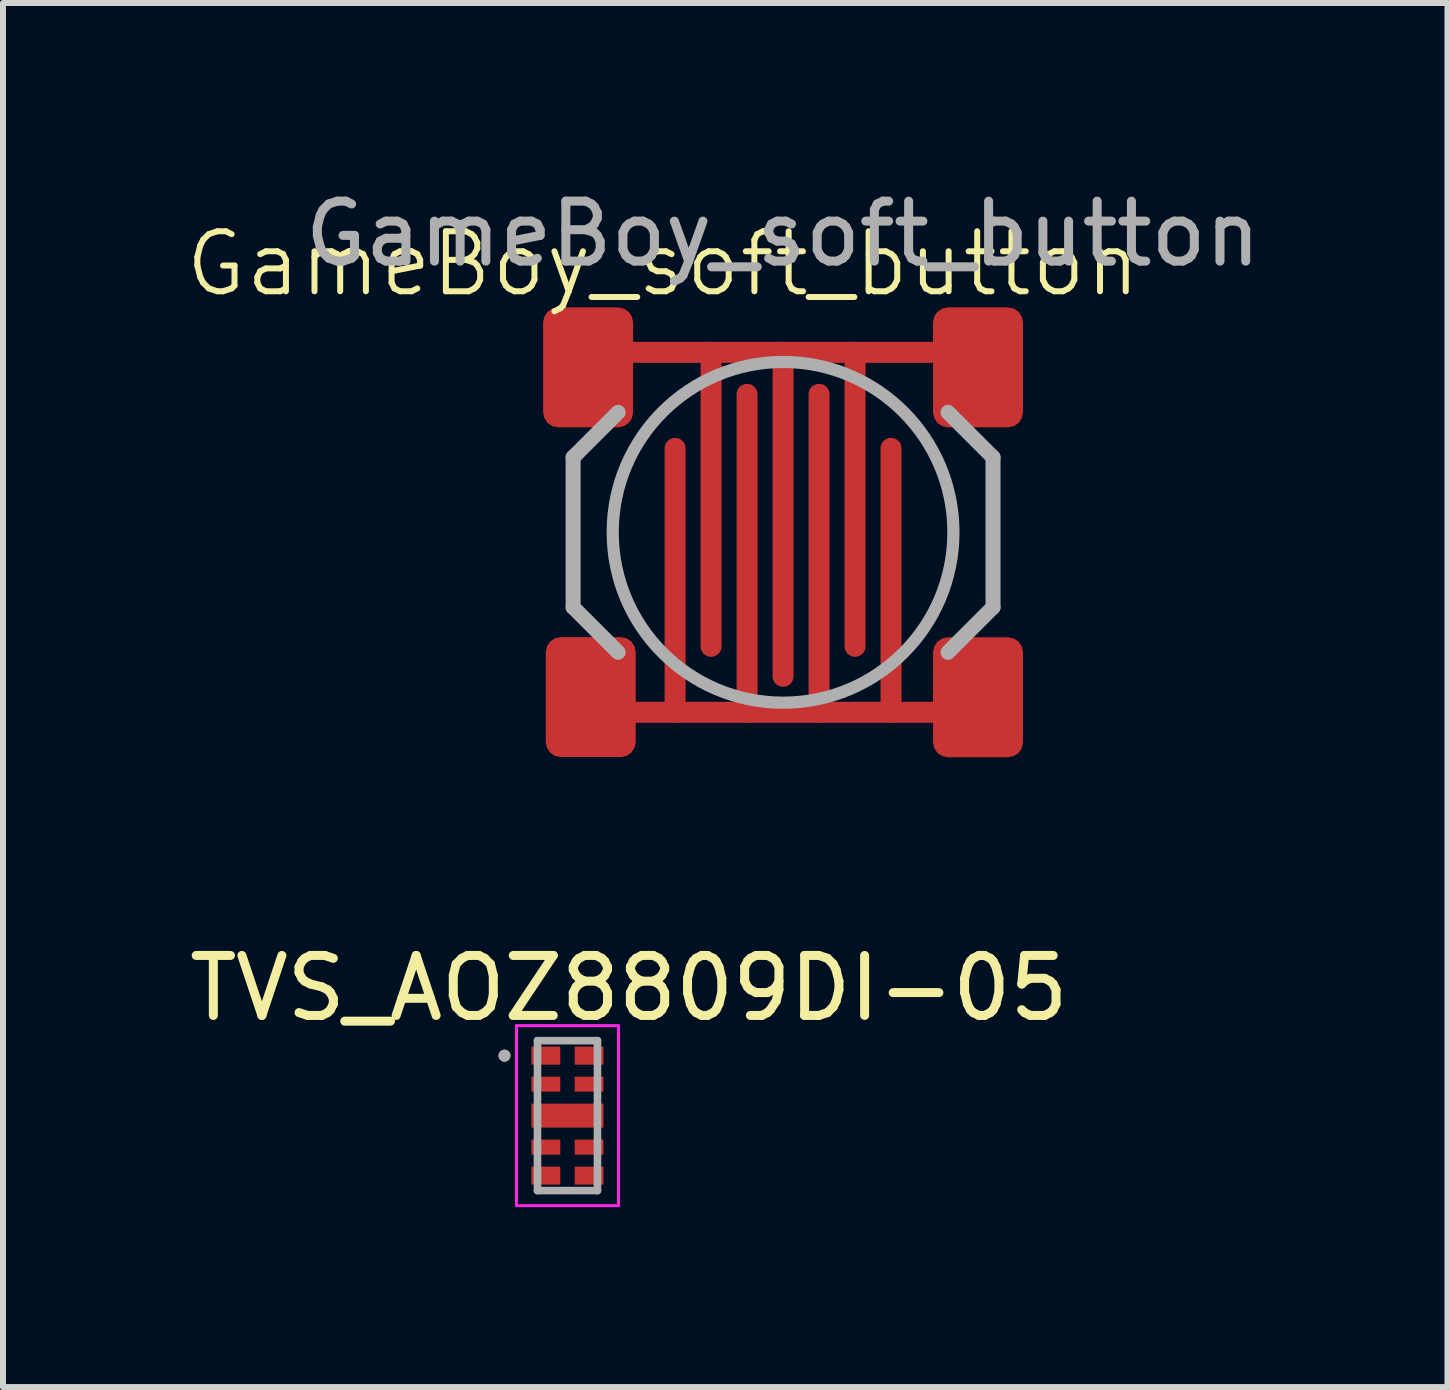
<source format=kicad_pcb>
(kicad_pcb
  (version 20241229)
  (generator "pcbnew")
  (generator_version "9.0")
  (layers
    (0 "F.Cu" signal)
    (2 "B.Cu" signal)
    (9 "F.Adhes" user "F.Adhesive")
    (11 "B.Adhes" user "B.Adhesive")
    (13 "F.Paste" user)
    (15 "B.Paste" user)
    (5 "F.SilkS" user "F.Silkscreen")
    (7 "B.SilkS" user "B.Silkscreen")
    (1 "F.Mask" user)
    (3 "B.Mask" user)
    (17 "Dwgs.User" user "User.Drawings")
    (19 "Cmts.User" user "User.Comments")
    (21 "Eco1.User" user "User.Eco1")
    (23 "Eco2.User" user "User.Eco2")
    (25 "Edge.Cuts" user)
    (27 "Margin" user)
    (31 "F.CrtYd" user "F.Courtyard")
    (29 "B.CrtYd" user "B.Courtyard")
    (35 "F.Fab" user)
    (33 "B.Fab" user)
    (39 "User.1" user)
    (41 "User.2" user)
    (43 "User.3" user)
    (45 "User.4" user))
  (footprint "TVS_AOZ8809DI-05"
    (layer "F.Cu")
    (at 6.41 15.548)
    (property "Reference" "TVS_AOZ8809DI-05" (at 1.025 -2.125 0) (layer "F.SilkS") (effects (font (size 1 1) (thickness 0.15))))
    (attr smd)
    (fp_poly (pts (xy -0.65 -1.2) (xy -0.07 -1.2) (xy -0.07 -0.8) (xy -0.65 -0.8)) (stroke (width 0.01) (type solid)) (fill yes) (layer "F.Mask"))
    (fp_poly (pts (xy -0.65 -0.7) (xy -0.07 -0.7) (xy -0.07 -0.35) (xy -0.65 -0.35)) (stroke (width 0.01) (type solid)) (fill yes) (layer "F.Mask"))
    (fp_poly (pts (xy -0.65 -0.25) (xy 0.65 -0.25) (xy 0.65 0.25) (xy -0.65 0.25)) (stroke (width 0.01) (type solid)) (fill yes) (layer "F.Mask"))
    (fp_poly (pts (xy -0.65 0.35) (xy -0.07 0.35) (xy -0.07 0.7) (xy -0.65 0.7)) (stroke (width 0.01) (type solid)) (fill yes) (layer "F.Mask"))
    (fp_poly (pts (xy -0.65 0.8) (xy -0.07 0.8) (xy -0.07 1.2) (xy -0.65 1.2)) (stroke (width 0.01) (type solid)) (fill yes) (layer "F.Mask"))
    (fp_poly (pts (xy 0.07 -1.2) (xy 0.65 -1.2) (xy 0.65 -0.8) (xy 0.07 -0.8)) (stroke (width 0.01) (type solid)) (fill yes) (layer "F.Mask"))
    (fp_poly (pts (xy 0.07 -0.7) (xy 0.65 -0.7) (xy 0.65 -0.35) (xy 0.07 -0.35)) (stroke (width 0.01) (type solid)) (fill yes) (layer "F.Mask"))
    (fp_poly (pts (xy 0.07 0.35) (xy 0.65 0.35) (xy 0.65 0.7) (xy 0.07 0.7)) (stroke (width 0.01) (type solid)) (fill yes) (layer "F.Mask"))
    (fp_poly (pts (xy 0.07 0.8) (xy 0.65 0.8) (xy 0.65 1.2) (xy 0.07 1.2)) (stroke (width 0.01) (type solid)) (fill yes) (layer "F.Mask"))
    (fp_circle (center -1.05 -1) (end -1 -1) (stroke (width 0.1) (type solid)) (fill no) (layer "F.SilkS"))
    (fp_line (start -0.85 -1.5) (end -0.85 1.5) (stroke (width 0.05) (type solid)) (layer "F.CrtYd"))
    (fp_line (start -0.85 1.5) (end 0.85 1.5) (stroke (width 0.05) (type solid)) (layer "F.CrtYd"))
    (fp_line (start 0.85 -1.5) (end -0.85 -1.5) (stroke (width 0.05) (type solid)) (layer "F.CrtYd"))
    (fp_line (start 0.85 1.5) (end 0.85 -1.5) (stroke (width 0.05) (type solid)) (layer "F.CrtYd"))
    (fp_line (start -0.5 -1.25) (end -0.5 1.25) (stroke (width 0.127) (type solid)) (layer "F.Fab"))
    (fp_line (start -0.5 1.25) (end 0.5 1.25) (stroke (width 0.127) (type solid)) (layer "F.Fab"))
    (fp_line (start 0.5 -1.25) (end -0.5 -1.25) (stroke (width 0.127) (type solid)) (layer "F.Fab"))
    (fp_line (start 0.5 1.25) (end 0.5 -1.25) (stroke (width 0.127) (type solid)) (layer "F.Fab"))
    (fp_circle (center -1.05 -1) (end -1 -1) (stroke (width 0.1) (type solid)) (fill no) (layer "F.Fab"))
    (pad "1" smd rect (at -0.36 -1) (size 0.48 0.3) (layers "F.Cu" "F.Paste"))
    (pad "2" smd rect (at -0.36 -0.525) (size 0.48 0.25) (layers "F.Cu" "F.Paste"))
    (pad "3_8" smd rect (at 0 0) (size 1.2 0.4) (layers "F.Cu" "F.Paste"))
    (pad "4" smd rect (at -0.36 0.525) (size 0.48 0.25) (layers "F.Cu" "F.Paste"))
    (pad "5" smd rect (at -0.36 1) (size 0.48 0.3) (layers "F.Cu" "F.Paste"))
    (pad "6" smd rect (at 0.36 1) (size 0.48 0.3) (layers "F.Cu" "F.Paste"))
    (pad "7" smd rect (at 0.36 0.525) (size 0.48 0.25) (layers "F.Cu" "F.Paste"))
    (pad "9" smd rect (at 0.36 -0.525) (size 0.48 0.25) (layers "F.Cu" "F.Paste"))
    (pad "10" smd rect (at 0.36 -1) (size 0.48 0.3) (layers "F.Cu" "F.Paste")))
  (footprint "GameBoy_soft_button"
    (layer "F.Cu")
    (at 10.002 5.848)
    (property "Reference" "GameBoy_soft_button" (at -2 -4.5 0) (unlocked yes) (layer "F.SilkS") (effects (font (size 1 1) (thickness 0.1))))
    (attr smd exclude_from_pos_files exclude_from_bom)
    (fp_line (start -2.5 -3.024) (end -1.198 -3.024) (stroke (width 0.35) (type solid)) (layer "F.Cu"))
    (fp_line (start -2.5 2.976) (end -1.798 2.976) (stroke (width 0.35) (type solid)) (layer "F.Cu"))
    (fp_line (start -1.798 2.976) (end -1.798 -1.424) (stroke (width 0.35) (type solid)) (layer "F.Cu"))
    (fp_line (start -1.798 2.976) (end -0.598 2.976) (stroke (width 0.35) (type solid)) (layer "F.Cu"))
    (fp_line (start -1.198 -3.024) (end -1.198 1.876) (stroke (width 0.35) (type solid)) (layer "F.Cu"))
    (fp_line (start -1.198 -3.024) (end 0.002 -3.024) (stroke (width 0.35) (type solid)) (layer "F.Cu"))
    (fp_line (start -0.598 2.976) (end -0.598 -2.324) (stroke (width 0.35) (type solid)) (layer "F.Cu"))
    (fp_line (start -0.598 2.976) (end 0.602 2.976) (stroke (width 0.35) (type solid)) (layer "F.Cu"))
    (fp_line (start 0.002 -3.024) (end 0.002 2.376) (stroke (width 0.35) (type solid)) (layer "F.Cu"))
    (fp_line (start 0.002 -3.024) (end 1.202 -3.024) (stroke (width 0.35) (type solid)) (layer "F.Cu"))
    (fp_line (start 0.602 2.976) (end 0.602 -2.324) (stroke (width 0.35) (type solid)) (layer "F.Cu"))
    (fp_line (start 0.602 2.976) (end 1.802 2.976) (stroke (width 0.35) (type solid)) (layer "F.Cu"))
    (fp_line (start 1.202 -3.024) (end 1.202 1.876) (stroke (width 0.35) (type solid)) (layer "F.Cu"))
    (fp_line (start 1.202 -3.024) (end 2.5 -3.024) (stroke (width 0.35) (type solid)) (layer "F.Cu"))
    (fp_line (start 1.8 2.976) (end 2.5 2.976) (stroke (width 0.35) (type solid)) (layer "F.Cu"))
    (fp_line (start 1.802 2.976) (end 1.802 -1.424) (stroke (width 0.35) (type solid)) (layer "F.Cu"))
    (fp_line (start -1.798 -1.424) (end -1.798 1.376) (stroke (width 0.35) (type solid)) (layer "F.Mask"))
    (fp_line (start -1.198 1.876) (end -1.198 -1.924) (stroke (width 0.35) (type solid)) (layer "F.Mask"))
    (fp_line (start -0.598 2.176) (end -0.598 -2.324) (stroke (width 0.35) (type solid)) (layer "F.Mask"))
    (fp_line (start 0.002 2.376) (end 0.002 -2.524) (stroke (width 0.35) (type solid)) (layer "F.Mask"))
    (fp_line (start 0.602 2.176) (end 0.602 -2.324) (stroke (width 0.35) (type solid)) (layer "F.Mask"))
    (fp_line (start 1.202 -1.924) (end 1.202 1.876) (stroke (width 0.35) (type solid)) (layer "F.Mask"))
    (fp_line (start 1.802 -1.424) (end 1.802 1.376) (stroke (width 0.35) (type solid)) (layer "F.Mask"))
    (fp_circle (center 0.002 -0.024) (end 2.502 -0.024) (stroke (width 0.35) (type solid)) (fill no) (layer "F.Mask"))
    (fp_poly (pts (xy 1.885 -1.907) (xy 2.692 -0.024) (xy 1.885 1.859) (xy 0.01 2.663) (xy -1.622 2.119) (xy -2.696 -0.029) (xy -1.624 -1.907) (xy -0.004 -2.717)) (stroke (width 0) (type default)) (fill yes) (layer "F.Mask"))
    (fp_line (start -3.498 -1.274) (end -3.498 1.226) (stroke (width 0.25) (type solid)) (layer "F.Fab"))
    (fp_line (start -3.498 1.226) (end -2.748 1.976) (stroke (width 0.25) (type solid)) (layer "F.Fab"))
    (fp_line (start -2.748 -2.024) (end -3.498 -1.274) (stroke (width 0.25) (type solid)) (layer "F.Fab"))
    (fp_line (start 2.752 -2.024) (end 3.502 -1.274) (stroke (width 0.25) (type solid)) (layer "F.Fab"))
    (fp_line (start 3.502 -1.274) (end 3.502 1.226) (stroke (width 0.25) (type solid)) (layer "F.Fab"))
    (fp_line (start 3.502 1.226) (end 2.752 1.976) (stroke (width 0.25) (type solid)) (layer "F.Fab"))
    (fp_circle (center 0.002 -0.024) (end 2.842 -0.024) (stroke (width 0.203) (type solid)) (fill no) (layer "F.Fab"))
    (fp_text user "${REFERENCE}" (at 0 -5 0) (unlocked yes) (layer "F.Fab") (effects (font (size 1 1) (thickness 0.15))))
    (pad "1" smd roundrect (at -3.248 -2.774) (size 1.5 2) (layers "F.Cu" "F.Mask" "F.Paste") (roundrect_rratio 0.167))
    (pad "1" smd roundrect (at 3.252 -2.774) (size 1.5 2) (layers "F.Cu" "F.Mask" "F.Paste") (roundrect_rratio 0.167))
    (pad "2" smd roundrect (at -3.204 2.723) (size 1.5 2) (layers "F.Cu" "F.Mask" "F.Paste") (roundrect_rratio 0.167))
    (pad "2" smd roundrect (at 3.252 2.726) (size 1.5 2) (layers "F.Cu" "F.Mask" "F.Paste") (roundrect_rratio 0.167))
    (zone (net_name "") (layer "F.Cu") (hatch edge 0.5) (connect_pads) (min_thickness 0.25) (filled_areas_thickness no) (keepout (tracks not_allowed) (vias not_allowed) (pads not_allowed) (copperpour not_allowed) (footprints allowed)) (placement (enabled no)) (fill) (polygon (pts (xy 6.004 4.324) (xy 6.004 5.824) (xy 8.004 5.824) (xy 8.004 4.324))))
    (zone (net_name "") (layer "F.Cu") (hatch edge 0.5) (connect_pads) (min_thickness 0.25) (filled_areas_thickness no) (keepout (tracks not_allowed) (vias not_allowed) (pads not_allowed) (copperpour not_allowed) (footprints allowed)) (placement (enabled no)) (fill) (polygon (pts (xy 6.004 5.824) (xy 6.004 7.324) (xy 8.004 7.324) (xy 8.004 5.824))))
    (zone (net_name "") (layer "F.Cu") (hatch edge 0.5) (connect_pads) (min_thickness 0.25) (filled_areas_thickness no) (keepout (tracks not_allowed) (vias not_allowed) (pads not_allowed) (copperpour not_allowed) (footprints allowed)) (placement (enabled no)) (fill) (polygon (pts (xy 12.004 4.324) (xy 12.004 5.824) (xy 14.004 5.824) (xy 14.004 4.324))))
    (zone (net_name "") (layer "F.Cu") (hatch edge 0.5) (connect_pads) (min_thickness 0.25) (filled_areas_thickness no) (keepout (tracks not_allowed) (vias not_allowed) (pads not_allowed) (copperpour not_allowed) (footprints allowed)) (placement (enabled no)) (fill) (polygon (pts (xy 12.004 5.824) (xy 12.004 7.324) (xy 14.004 7.324) (xy 14.004 5.824))))
    (zone (net_name "") (layer "F.Cu") (hatch edge 0.5) (connect_pads) (min_thickness 0.25) (filled_areas_thickness no) (keepout (tracks not_allowed) (vias not_allowed) (pads not_allowed) (copperpour not_allowed) (footprints allowed)) (placement (enabled no)) (fill) (polygon (pts (xy 7.002 6.848) (xy 7.002 4.348) (xy 8.804 2.824) (xy 11.204 2.824) (xy 13.002 4.348) (xy 13.002 6.848) (xy 11.804 8.824) (xy 8.804 8.824)))))
  (gr_rect
    (start -3 -3)
    (end 21.08 20.073)
    (stroke (width 0.1) (type default))
    (fill no)
    (layer "Edge.Cuts")))
</source>
